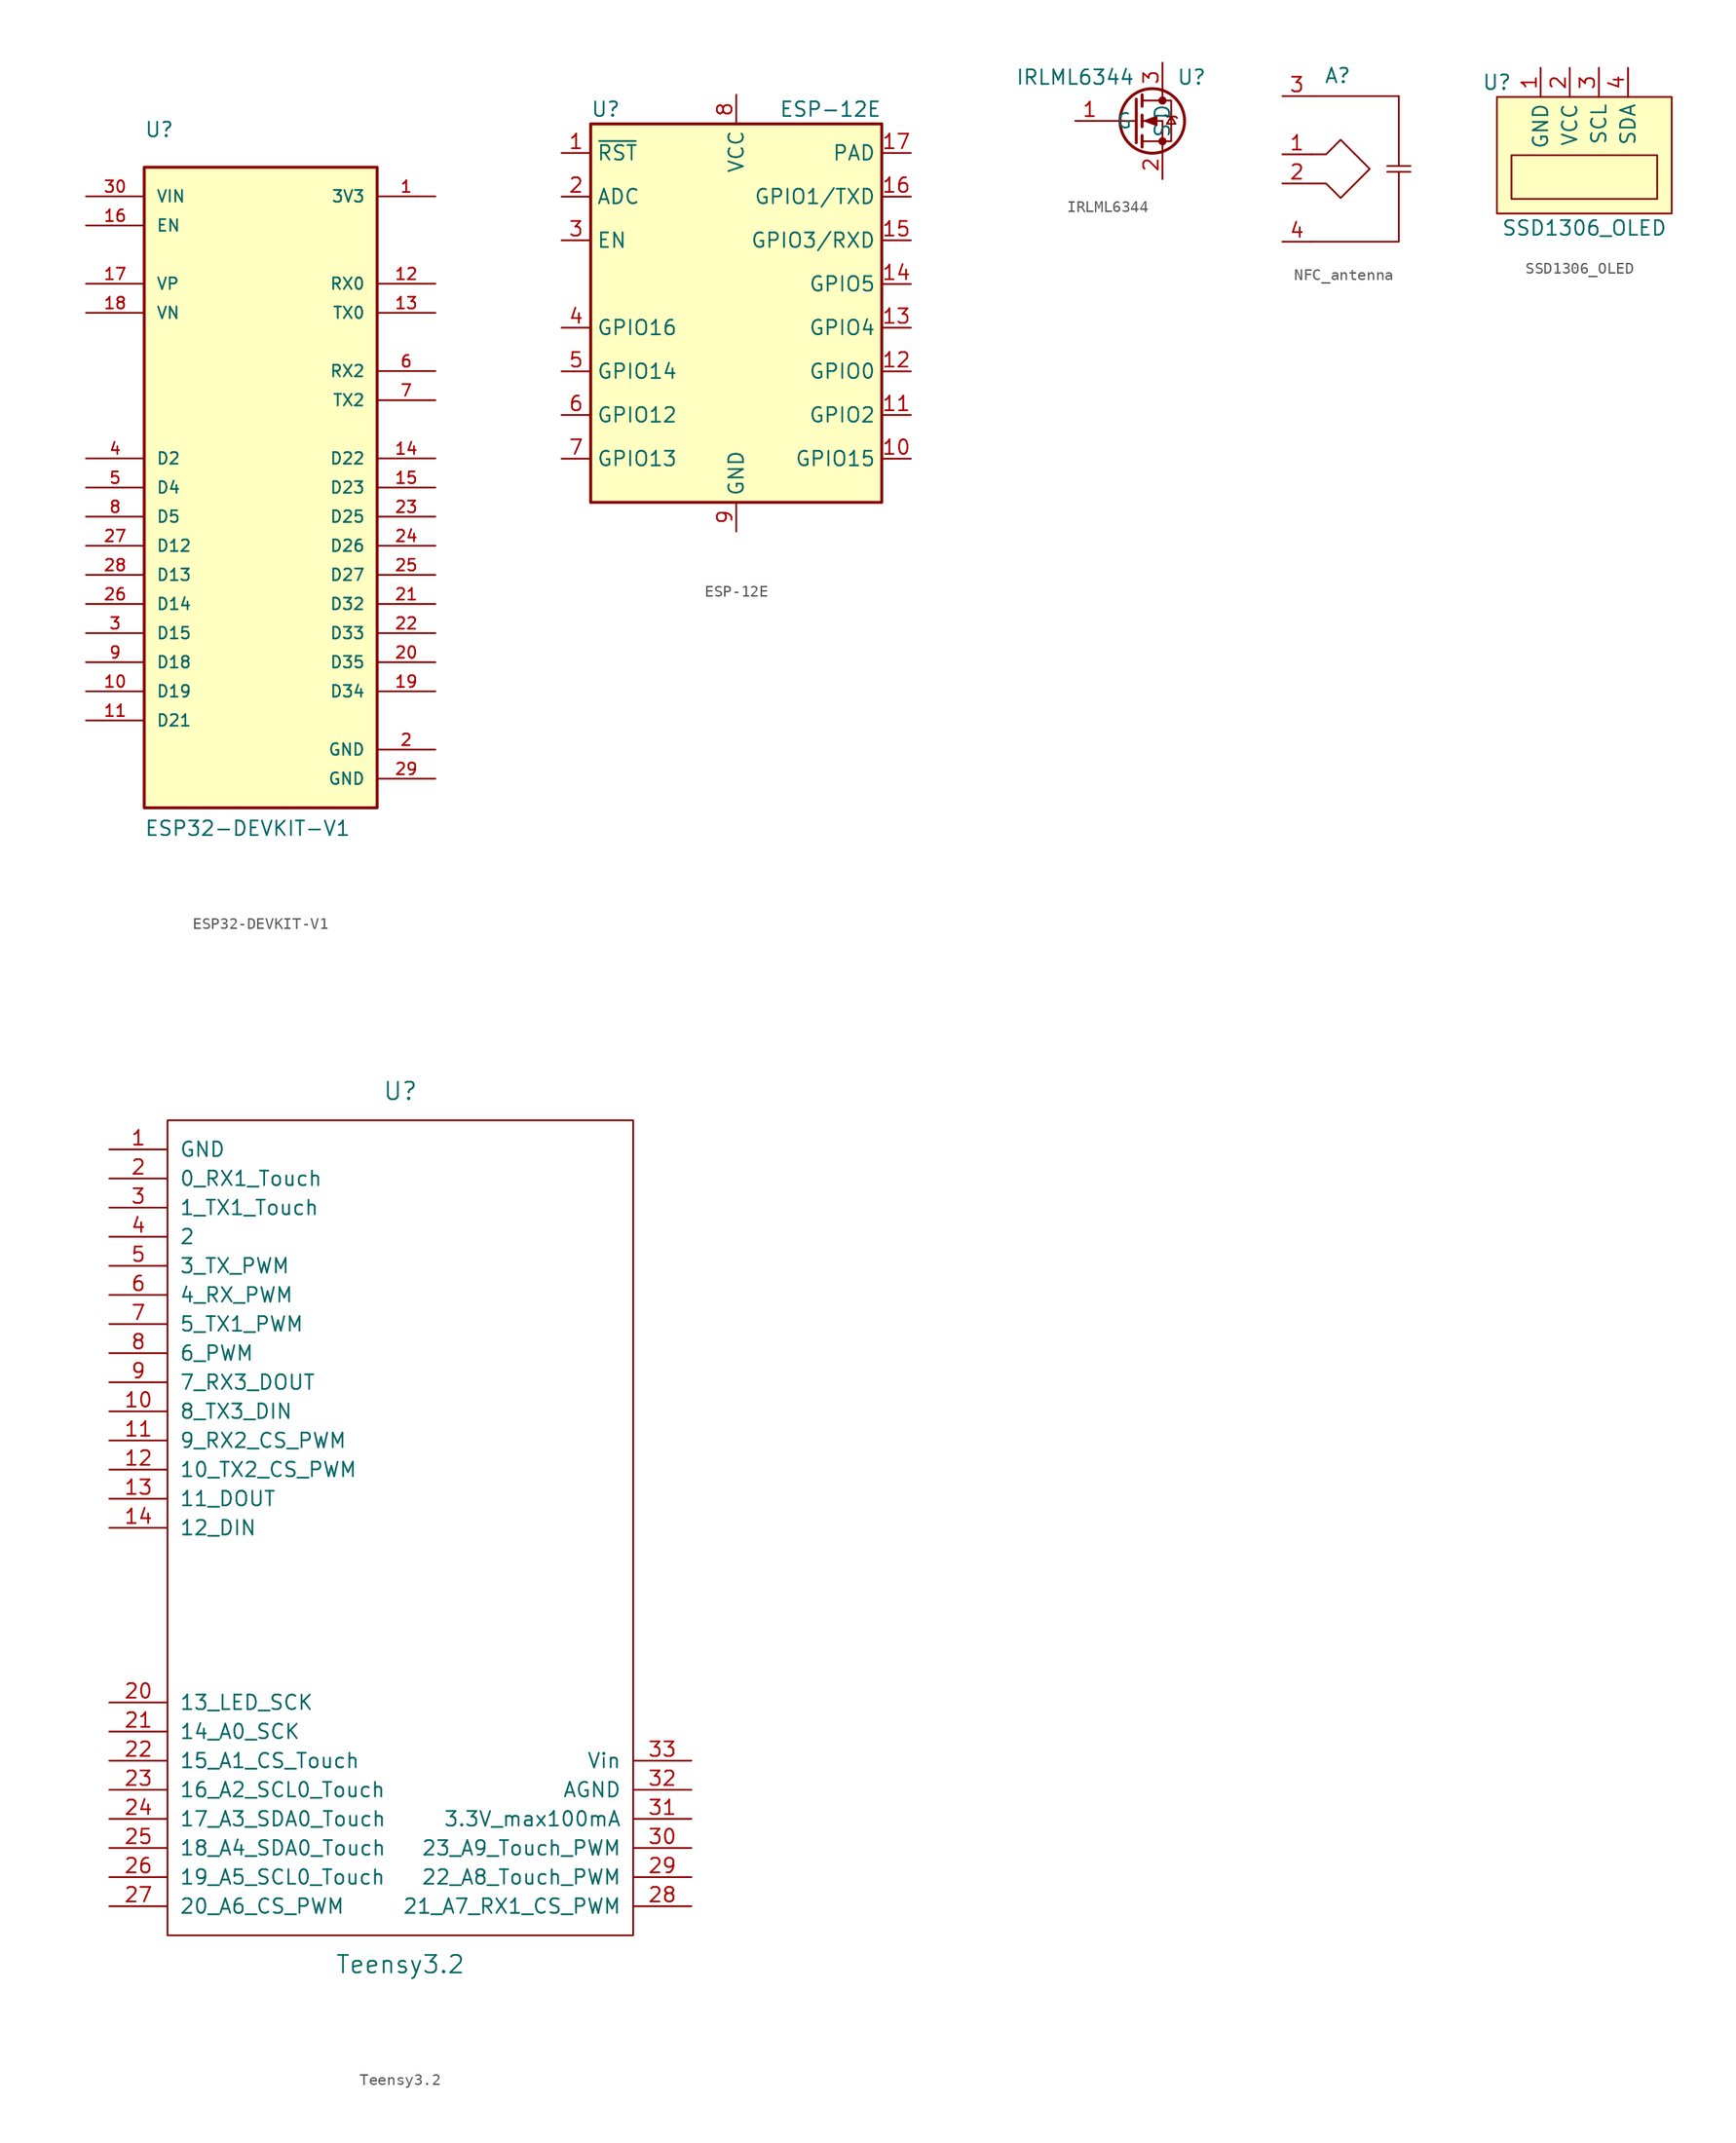
<source format=kicad_sym>
(kicad_symbol_lib
  (version 20220914)
  (generator kicad_symbol_editor)
  (symbol "ESP32-DEVKIT-V1"
    (pin_names
      (offset 1.016))
    (property "Reference" "U"
      (at -10.16 30.48 0)
      (effects (font (size 1.27 1.27)) (justify left bottom)))
    (property "Value" "ESP32-DEVKIT-V1"
      (at -10.16 -30.48 0)
      (effects (font (size 1.27 1.27)) (justify left bottom)))
    (symbol "ESP32-DEVKIT-V1_0_0"
      (rectangle (start -10.16 -27.94) (end 10.16 27.94) (stroke (width 0.254) (type default)) (fill (type background)))
      (pin output line (at 15.24 25.4 180) (length 5.08) (name "3V3" (effects (font (size 1.016 1.016)))) (number "1" (effects (font (size 1.016 1.016)))))
      (pin bidirectional line (at -15.24 -17.78 0) (length 5.08) (name "D19" (effects (font (size 1.016 1.016)))) (number "10" (effects (font (size 1.016 1.016)))))
      (pin bidirectional line (at -15.24 -20.32 0) (length 5.08) (name "D21" (effects (font (size 1.016 1.016)))) (number "11" (effects (font (size 1.016 1.016)))))
      (pin input line (at 15.24 17.78 180) (length 5.08) (name "RX0" (effects (font (size 1.016 1.016)))) (number "12" (effects (font (size 1.016 1.016)))))
      (pin output line (at 15.24 15.24 180) (length 5.08) (name "TX0" (effects (font (size 1.016 1.016)))) (number "13" (effects (font (size 1.016 1.016)))))
      (pin bidirectional line (at 15.24 2.54 180) (length 5.08) (name "D22" (effects (font (size 1.016 1.016)))) (number "14" (effects (font (size 1.016 1.016)))))
      (pin bidirectional line (at 15.24 0 180) (length 5.08) (name "D23" (effects (font (size 1.016 1.016)))) (number "15" (effects (font (size 1.016 1.016)))))
      (pin input line (at -15.24 22.86 0) (length 5.08) (name "EN" (effects (font (size 1.016 1.016)))) (number "16" (effects (font (size 1.016 1.016)))))
      (pin bidirectional line (at -15.24 17.78 0) (length 5.08) (name "VP" (effects (font (size 1.016 1.016)))) (number "17" (effects (font (size 1.016 1.016)))))
      (pin bidirectional line (at -15.24 15.24 0) (length 5.08) (name "VN" (effects (font (size 1.016 1.016)))) (number "18" (effects (font (size 1.016 1.016)))))
      (pin bidirectional line (at 15.24 -17.78 180) (length 5.08) (name "D34" (effects (font (size 1.016 1.016)))) (number "19" (effects (font (size 1.016 1.016)))))
      (pin power_in line (at 15.24 -22.86 180) (length 5.08) (name "GND" (effects (font (size 1.016 1.016)))) (number "2" (effects (font (size 1.016 1.016)))))
      (pin bidirectional line (at 15.24 -15.24 180) (length 5.08) (name "D35" (effects (font (size 1.016 1.016)))) (number "20" (effects (font (size 1.016 1.016)))))
      (pin bidirectional line (at 15.24 -10.16 180) (length 5.08) (name "D32" (effects (font (size 1.016 1.016)))) (number "21" (effects (font (size 1.016 1.016)))))
      (pin bidirectional line (at 15.24 -12.7 180) (length 5.08) (name "D33" (effects (font (size 1.016 1.016)))) (number "22" (effects (font (size 1.016 1.016)))))
      (pin bidirectional line (at 15.24 -2.54 180) (length 5.08) (name "D25" (effects (font (size 1.016 1.016)))) (number "23" (effects (font (size 1.016 1.016)))))
      (pin bidirectional line (at 15.24 -5.08 180) (length 5.08) (name "D26" (effects (font (size 1.016 1.016)))) (number "24" (effects (font (size 1.016 1.016)))))
      (pin bidirectional line (at 15.24 -7.62 180) (length 5.08) (name "D27" (effects (font (size 1.016 1.016)))) (number "25" (effects (font (size 1.016 1.016)))))
      (pin bidirectional line (at -15.24 -10.16 0) (length 5.08) (name "D14" (effects (font (size 1.016 1.016)))) (number "26" (effects (font (size 1.016 1.016)))))
      (pin bidirectional line (at -15.24 -5.08 0) (length 5.08) (name "D12" (effects (font (size 1.016 1.016)))) (number "27" (effects (font (size 1.016 1.016)))))
      (pin bidirectional line (at -15.24 -7.62 0) (length 5.08) (name "D13" (effects (font (size 1.016 1.016)))) (number "28" (effects (font (size 1.016 1.016)))))
      (pin power_in line (at 15.24 -25.4 180) (length 5.08) (name "GND" (effects (font (size 1.016 1.016)))) (number "29" (effects (font (size 1.016 1.016)))))
      (pin bidirectional line (at -15.24 -12.7 0) (length 5.08) (name "D15" (effects (font (size 1.016 1.016)))) (number "3" (effects (font (size 1.016 1.016)))))
      (pin input line (at -15.24 25.4 0) (length 5.08) (name "VIN" (effects (font (size 1.016 1.016)))) (number "30" (effects (font (size 1.016 1.016)))))
      (pin bidirectional line (at -15.24 2.54 0) (length 5.08) (name "D2" (effects (font (size 1.016 1.016)))) (number "4" (effects (font (size 1.016 1.016)))))
      (pin bidirectional line (at -15.24 0 0) (length 5.08) (name "D4" (effects (font (size 1.016 1.016)))) (number "5" (effects (font (size 1.016 1.016)))))
      (pin input line (at 15.24 10.16 180) (length 5.08) (name "RX2" (effects (font (size 1.016 1.016)))) (number "6" (effects (font (size 1.016 1.016)))))
      (pin output line (at 15.24 7.62 180) (length 5.08) (name "TX2" (effects (font (size 1.016 1.016)))) (number "7" (effects (font (size 1.016 1.016)))))
      (pin bidirectional line (at -15.24 -2.54 0) (length 5.08) (name "D5" (effects (font (size 1.016 1.016)))) (number "8" (effects (font (size 1.016 1.016)))))
      (pin bidirectional line (at -15.24 -15.24 0) (length 5.08) (name "D18" (effects (font (size 1.016 1.016)))) (number "9" (effects (font (size 1.016 1.016)))))))
  (symbol "ESP-12E"
    (property "Reference" "U"
      (at -12.7 19.05 0)
      (effects (font (size 1.27 1.27)) (justify left)))
    (property "Value" "ESP-12E"
      (at 12.7 19.05 0)
      (effects (font (size 1.27 1.27)) (justify right)))
    (symbol "ESP-12E_0_1"
      (rectangle (start -12.7 17.78) (end 12.7 -15.24) (stroke (width 0.254) (type default)) (fill (type background))))
    (symbol "ESP-12E_1_1"
      (pin input line (at -15.24 15.24 0) (length 2.54) (name "~{RST}" (effects (font (size 1.27 1.27)))) (number "1" (effects (font (size 1.27 1.27)))))
      (pin bidirectional line (at 15.24 -11.43 180) (length 2.54) (name "GPIO15" (effects (font (size 1.27 1.27)))) (number "10" (effects (font (size 1.27 1.27)))))
      (pin bidirectional line (at 15.24 -7.62 180) (length 2.54) (name "GPIO2" (effects (font (size 1.27 1.27)))) (number "11" (effects (font (size 1.27 1.27)))))
      (pin bidirectional line (at 15.24 -3.81 180) (length 2.54) (name "GPIO0" (effects (font (size 1.27 1.27)))) (number "12" (effects (font (size 1.27 1.27)))))
      (pin bidirectional line (at 15.24 0 180) (length 2.54) (name "GPIO4" (effects (font (size 1.27 1.27)))) (number "13" (effects (font (size 1.27 1.27)))))
      (pin bidirectional line (at 15.24 3.81 180) (length 2.54) (name "GPIO5" (effects (font (size 1.27 1.27)))) (number "14" (effects (font (size 1.27 1.27)))))
      (pin bidirectional line (at 15.24 7.62 180) (length 2.54) (name "GPIO3/RXD" (effects (font (size 1.27 1.27)))) (number "15" (effects (font (size 1.27 1.27)))))
      (pin bidirectional line (at 15.24 11.43 180) (length 2.54) (name "GPIO1/TXD" (effects (font (size 1.27 1.27)))) (number "16" (effects (font (size 1.27 1.27)))))
      (pin bidirectional line (at 15.24 15.24 180) (length 2.54) (name "PAD" (effects (font (size 1.27 1.27)))) (number "17" (effects (font (size 1.27 1.27)))))
      (pin input line (at -15.24 11.43 0) (length 2.54) (name "ADC" (effects (font (size 1.27 1.27)))) (number "2" (effects (font (size 1.27 1.27)))))
      (pin input line (at -15.24 7.62 0) (length 2.54) (name "EN" (effects (font (size 1.27 1.27)))) (number "3" (effects (font (size 1.27 1.27)))))
      (pin bidirectional line (at -15.24 0 0) (length 2.54) (name "GPIO16" (effects (font (size 1.27 1.27)))) (number "4" (effects (font (size 1.27 1.27)))))
      (pin bidirectional line (at -15.24 -3.81 0) (length 2.54) (name "GPIO14" (effects (font (size 1.27 1.27)))) (number "5" (effects (font (size 1.27 1.27)))))
      (pin bidirectional line (at -15.24 -7.62 0) (length 2.54) (name "GPIO12" (effects (font (size 1.27 1.27)))) (number "6" (effects (font (size 1.27 1.27)))))
      (pin bidirectional line (at -15.24 -11.43 0) (length 2.54) (name "GPIO13" (effects (font (size 1.27 1.27)))) (number "7" (effects (font (size 1.27 1.27)))))
      (pin power_in line (at 0 20.32 270) (length 2.54) (name "VCC" (effects (font (size 1.27 1.27)))) (number "8" (effects (font (size 1.27 1.27)))))
      (pin power_in line (at 0 -17.78 90) (length 2.54) (name "GND" (effects (font (size 1.27 1.27)))) (number "9" (effects (font (size 1.27 1.27)))))))
  (symbol "IRLML6344"
    (pin_names
      (offset 1.016))
    (property "Reference" "U"
      (at 2.54 3.81 0)
      (effects (font (size 1.27 1.27))))
    (property "Value" "IRLML6344"
      (at -7.62 3.81 0)
      (effects (font (size 1.27 1.27))))
    (symbol "IRLML6344_1_1"
      (circle (center -0.889 0) (radius 2.819) (stroke (width 0.254) (type default)) (fill (type none)))
      (circle (center 0 -1.778) (radius 0.279) (stroke (width 0) (type default)) (fill (type outline)))
      (polyline (pts (xy -5.08 0) (xy -2.286 0)) (stroke (width 0) (type default)) (fill (type none)))
      (polyline (pts (xy -1.778 -1.778) (xy 0 -1.778)) (stroke (width 0) (type default)) (fill (type none)))
      (polyline (pts (xy -1.778 -1.27) (xy -1.778 -2.286)) (stroke (width 0.254) (type default)) (fill (type none)))
      (polyline (pts (xy -1.778 0) (xy 0 0)) (stroke (width 0) (type default)) (fill (type none)))
      (polyline (pts (xy -1.778 0.508) (xy -1.778 -0.508)) (stroke (width 0.254) (type default)) (fill (type none)))
      (polyline (pts (xy -1.778 1.778) (xy 0 1.778)) (stroke (width 0) (type default)) (fill (type none)))
      (polyline (pts (xy -1.778 2.286) (xy -1.778 1.27)) (stroke (width 0.254) (type default)) (fill (type none)))
      (polyline (pts (xy 0 -1.778) (xy 0 -2.54)) (stroke (width 0) (type default)) (fill (type none)))
      (polyline (pts (xy 0 -1.778) (xy 0 0)) (stroke (width 0) (type default)) (fill (type none)))
      (polyline (pts (xy 0 2.54) (xy 0 1.778)) (stroke (width 0) (type default)) (fill (type none)))
      (polyline (pts (xy -2.286 1.905) (xy -2.286 -1.905) (xy -2.286 -1.905)) (stroke (width 0.254) (type default)) (fill (type none)))
      (polyline (pts (xy -1.524 0) (xy -0.508 0.381) (xy -0.508 -0.381) (xy -1.524 0)) (stroke (width 0) (type default)) (fill (type outline)))
      (polyline (pts (xy 0 -1.778) (xy 0.762 -1.778) (xy 0.762 1.778) (xy 0 1.778)) (stroke (width 0) (type default)) (fill (type none)))
      (polyline (pts (xy 0.254 0.508) (xy 0.381 0.381) (xy 1.143 0.381) (xy 1.27 0.254)) (stroke (width 0) (type default)) (fill (type none)))
      (polyline (pts (xy 0.762 0.381) (xy 0.381 -0.254) (xy 1.143 -0.254) (xy 0.762 0.381)) (stroke (width 0) (type default)) (fill (type none)))
      (circle (center 0 1.778) (radius 0.279) (stroke (width 0) (type default)) (fill (type outline)))
      (pin input line (at -7.62 0 0) (length 2.54) (name "G" (effects (font (size 1.27 1.27)))) (number "1" (effects (font (size 1.27 1.27)))))
      (pin passive line (at 0 -5.08 90) (length 2.54) (name "S" (effects (font (size 1.27 1.27)))) (number "2" (effects (font (size 1.27 1.27)))))
      (pin passive line (at 0 5.08 270) (length 2.54) (name "D" (effects (font (size 1.27 1.27)))) (number "3" (effects (font (size 1.27 1.27)))))))
  (symbol "NFC_antenna"
    (property "Reference" "A"
      (at 3.556 8.128 0)
      (effects (font (size 1.27 1.27))))
    (property "Value" ""
      (at 0 0 0)
      (effects (font (size 1.27 1.27))))
    (symbol "NFC_antenna_0_1"
      (polyline (pts (xy 7.874 -0.254) (xy 9.906 -0.254)) (stroke (width 0) (type default)) (fill (type none)))
      (polyline (pts (xy 7.874 0.254) (xy 9.906 0.254)) (stroke (width 0) (type default)) (fill (type none)))
      (polyline (pts (xy 1.27 -6.35) (xy 8.89 -6.35) (xy 8.89 -0.254)) (stroke (width 0) (type default)) (fill (type none)))
      (polyline (pts (xy 8.89 0.254) (xy 8.89 6.35) (xy 1.27 6.35)) (stroke (width 0) (type default)) (fill (type none)))
      (polyline (pts (xy 1.27 1.27) (xy 2.54 1.27) (xy 3.81 2.54) (xy 6.35 0) (xy 3.81 -2.54) (xy 2.54 -1.27) (xy 1.27 -1.27)) (stroke (width 0) (type default)) (fill (type none))))
    (symbol "NFC_antenna_1_1"
      (pin input line (at -1.27 1.27 0) (length 2.54) (name "" (effects (font (size 1.27 1.27)))) (number "1" (effects (font (size 1.27 1.27)))))
      (pin input line (at -1.27 -1.27 0) (length 2.54) (name "" (effects (font (size 1.27 1.27)))) (number "2" (effects (font (size 1.27 1.27)))))
      (pin input line (at -1.27 6.35 0) (length 2.54) (name "" (effects (font (size 1.27 1.27)))) (number "3" (effects (font (size 1.27 1.27)))))
      (pin input line (at -1.27 -6.35 0) (length 2.54) (name "" (effects (font (size 1.27 1.27)))) (number "4" (effects (font (size 1.27 1.27)))))))
  (symbol "SSD1306_OLED"
    (property "Reference" "U"
      (at -7.62 6.35 0)
      (effects (font (size 1.27 1.27))))
    (property "Value" "SSD1306_OLED"
      (at 0 -6.35 0)
      (effects (font (size 1.27 1.27))))
    (symbol "SSD1306_OLED_0_1"
      (rectangle (start -7.62 5.08) (end 7.62 -5.08) (stroke (width 0) (type default)) (fill (type background)))
      (rectangle (start -6.35 0) (end 6.35 -3.81) (stroke (width 0) (type default)) (fill (type none))))
    (symbol "SSD1306_OLED_1_1"
      (pin power_in line (at -3.81 7.62 270) (length 2.54) (name "GND" (effects (font (size 1.27 1.27)))) (number "1" (effects (font (size 1.27 1.27)))))
      (pin power_in line (at -1.27 7.62 270) (length 2.54) (name "VCC" (effects (font (size 1.27 1.27)))) (number "2" (effects (font (size 1.27 1.27)))))
      (pin open_collector line (at 1.27 7.62 270) (length 2.54) (name "SCL" (effects (font (size 1.27 1.27)))) (number "3" (effects (font (size 1.27 1.27)))))
      (pin open_collector line (at 3.81 7.62 270) (length 2.54) (name "SDA" (effects (font (size 1.27 1.27)))) (number "4" (effects (font (size 1.27 1.27)))))))
  (symbol "Teensy3.2"
    (pin_names
      (offset 1.016))
    (property "Reference" "U"
      (at 0 38.1 0)
      (effects (font (size 1.524 1.524))))
    (property "Value" "Teensy3.2"
      (at 0 -38.1 0)
      (effects (font (size 1.524 1.524))))
    (property "Footprint" ""
      (at 0 -20.32 0)
      (effects (font (size 1.524 1.524))))
    (property "Datasheet" ""
      (at 0 -20.32 0)
      (effects (font (size 1.524 1.524))))
    (symbol "Teensy3.2_0_1"
      (rectangle (start -20.32 35.56) (end 20.32 -35.56) (stroke (width 0) (type default)) (fill (type none))))
    (symbol "Teensy3.2_1_1"
      (pin power_in line (at -25.4 33.02 0) (length 5.08) (name "GND" (effects (font (size 1.27 1.27)))) (number "1" (effects (font (size 1.27 1.27)))))
      (pin bidirectional line (at -25.4 10.16 0) (length 5.08) (name "8_TX3_DIN" (effects (font (size 1.27 1.27)))) (number "10" (effects (font (size 1.27 1.27)))))
      (pin bidirectional line (at -25.4 7.62 0) (length 5.08) (name "9_RX2_CS_PWM" (effects (font (size 1.27 1.27)))) (number "11" (effects (font (size 1.27 1.27)))))
      (pin bidirectional line (at -25.4 5.08 0) (length 5.08) (name "10_TX2_CS_PWM" (effects (font (size 1.27 1.27)))) (number "12" (effects (font (size 1.27 1.27)))))
      (pin bidirectional line (at -25.4 2.54 0) (length 5.08) (name "11_DOUT" (effects (font (size 1.27 1.27)))) (number "13" (effects (font (size 1.27 1.27)))))
      (pin bidirectional line (at -25.4 0 0) (length 5.08) (name "12_DIN" (effects (font (size 1.27 1.27)))) (number "14" (effects (font (size 1.27 1.27)))))
      (pin bidirectional line (at -25.4 30.48 0) (length 5.08) (name "0_RX1_Touch" (effects (font (size 1.27 1.27)))) (number "2" (effects (font (size 1.27 1.27)))))
      (pin bidirectional line (at -25.4 -15.24 0) (length 5.08) (name "13_LED_SCK" (effects (font (size 1.27 1.27)))) (number "20" (effects (font (size 1.27 1.27)))))
      (pin bidirectional line (at -25.4 -17.78 0) (length 5.08) (name "14_A0_SCK" (effects (font (size 1.27 1.27)))) (number "21" (effects (font (size 1.27 1.27)))))
      (pin bidirectional line (at -25.4 -20.32 0) (length 5.08) (name "15_A1_CS_Touch" (effects (font (size 1.27 1.27)))) (number "22" (effects (font (size 1.27 1.27)))))
      (pin bidirectional line (at -25.4 -22.86 0) (length 5.08) (name "16_A2_SCL0_Touch" (effects (font (size 1.27 1.27)))) (number "23" (effects (font (size 1.27 1.27)))))
      (pin bidirectional line (at -25.4 -25.4 0) (length 5.08) (name "17_A3_SDA0_Touch" (effects (font (size 1.27 1.27)))) (number "24" (effects (font (size 1.27 1.27)))))
      (pin bidirectional line (at -25.4 -27.94 0) (length 5.08) (name "18_A4_SDA0_Touch" (effects (font (size 1.27 1.27)))) (number "25" (effects (font (size 1.27 1.27)))))
      (pin bidirectional line (at -25.4 -30.48 0) (length 5.08) (name "19_A5_SCL0_Touch" (effects (font (size 1.27 1.27)))) (number "26" (effects (font (size 1.27 1.27)))))
      (pin bidirectional line (at -25.4 -33.02 0) (length 5.08) (name "20_A6_CS_PWM" (effects (font (size 1.27 1.27)))) (number "27" (effects (font (size 1.27 1.27)))))
      (pin bidirectional line (at 25.4 -33.02 180) (length 5.08) (name "21_A7_RX1_CS_PWM" (effects (font (size 1.27 1.27)))) (number "28" (effects (font (size 1.27 1.27)))))
      (pin bidirectional line (at 25.4 -30.48 180) (length 5.08) (name "22_A8_Touch_PWM" (effects (font (size 1.27 1.27)))) (number "29" (effects (font (size 1.27 1.27)))))
      (pin bidirectional line (at -25.4 27.94 0) (length 5.08) (name "1_TX1_Touch" (effects (font (size 1.27 1.27)))) (number "3" (effects (font (size 1.27 1.27)))))
      (pin bidirectional line (at 25.4 -27.94 180) (length 5.08) (name "23_A9_Touch_PWM" (effects (font (size 1.27 1.27)))) (number "30" (effects (font (size 1.27 1.27)))))
      (pin power_out line (at 25.4 -25.4 180) (length 5.08) (name "3.3V_max100mA" (effects (font (size 1.27 1.27)))) (number "31" (effects (font (size 1.27 1.27)))))
      (pin power_out line (at 25.4 -22.86 180) (length 5.08) (name "AGND" (effects (font (size 1.27 1.27)))) (number "32" (effects (font (size 1.27 1.27)))))
      (pin power_in line (at 25.4 -20.32 180) (length 5.08) (name "Vin" (effects (font (size 1.27 1.27)))) (number "33" (effects (font (size 1.27 1.27)))))
      (pin bidirectional line (at -25.4 25.4 0) (length 5.08) (name "2" (effects (font (size 1.27 1.27)))) (number "4" (effects (font (size 1.27 1.27)))))
      (pin bidirectional line (at -25.4 22.86 0) (length 5.08) (name "3_TX_PWM" (effects (font (size 1.27 1.27)))) (number "5" (effects (font (size 1.27 1.27)))))
      (pin bidirectional line (at -25.4 20.32 0) (length 5.08) (name "4_RX_PWM" (effects (font (size 1.27 1.27)))) (number "6" (effects (font (size 1.27 1.27)))))
      (pin bidirectional line (at -25.4 17.78 0) (length 5.08) (name "5_TX1_PWM" (effects (font (size 1.27 1.27)))) (number "7" (effects (font (size 1.27 1.27)))))
      (pin bidirectional line (at -25.4 15.24 0) (length 5.08) (name "6_PWM" (effects (font (size 1.27 1.27)))) (number "8" (effects (font (size 1.27 1.27)))))
      (pin bidirectional line (at -25.4 12.7 0) (length 5.08) (name "7_RX3_DOUT" (effects (font (size 1.27 1.27)))) (number "9" (effects (font (size 1.27 1.27))))))))
</source>
